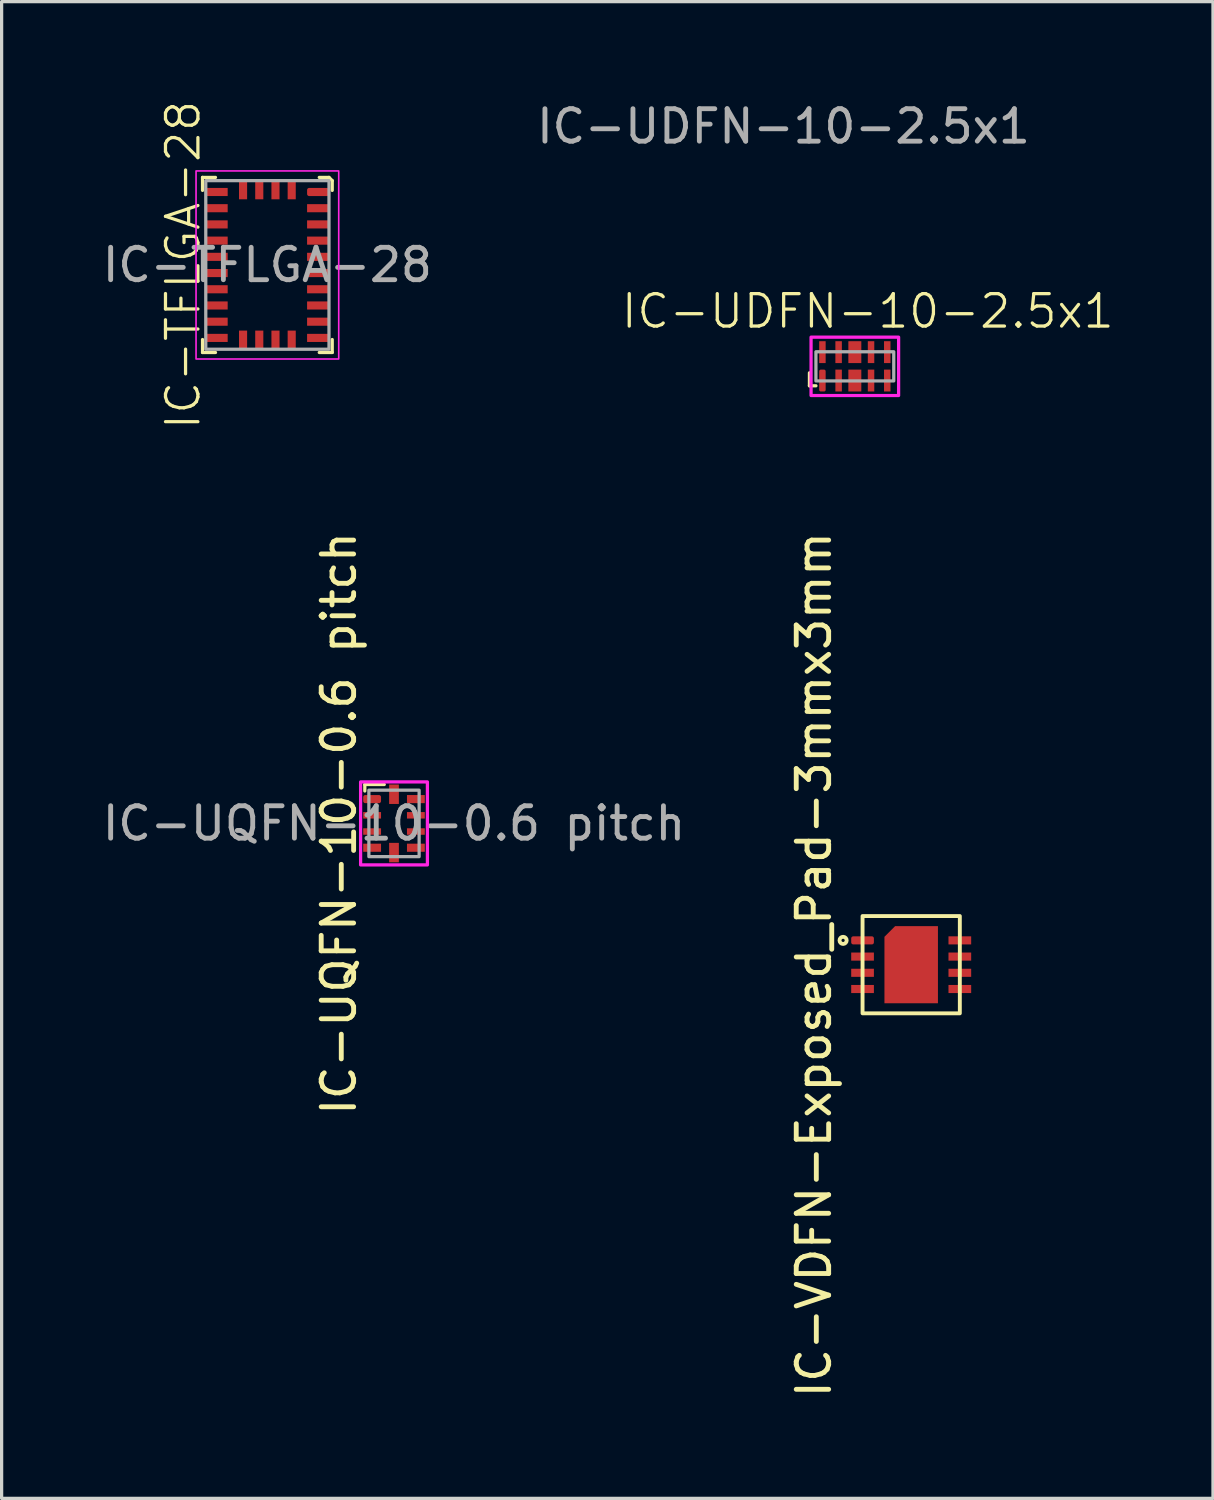
<source format=kicad_pcb>
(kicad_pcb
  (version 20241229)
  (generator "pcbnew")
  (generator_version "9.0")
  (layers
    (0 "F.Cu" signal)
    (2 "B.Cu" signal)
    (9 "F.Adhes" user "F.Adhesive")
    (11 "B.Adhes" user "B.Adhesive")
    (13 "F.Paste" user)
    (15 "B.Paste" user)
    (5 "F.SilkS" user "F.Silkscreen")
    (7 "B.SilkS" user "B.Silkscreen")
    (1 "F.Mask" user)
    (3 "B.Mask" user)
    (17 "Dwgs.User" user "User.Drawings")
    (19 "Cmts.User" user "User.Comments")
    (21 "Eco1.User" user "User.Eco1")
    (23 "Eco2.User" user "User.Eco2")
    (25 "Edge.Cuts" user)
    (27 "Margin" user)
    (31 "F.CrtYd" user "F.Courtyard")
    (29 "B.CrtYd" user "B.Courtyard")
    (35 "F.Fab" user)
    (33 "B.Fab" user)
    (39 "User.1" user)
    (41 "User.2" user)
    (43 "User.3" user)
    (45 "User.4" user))
  (footprint "IC-UQFN-10-0.6 pitch"
    (layer "F.Cu")
    (at 9.101 22.344)
    (property "Reference" "IC-UQFN-10-0.6 pitch" (at -1.7 0 90) (unlocked yes) (layer "F.SilkS") (effects (font (size 1 1) (thickness 0.15))))
    (attr through_hole)
    (fp_line (start -0.9 -1.2) (end -0.9 -1) (stroke (width 0.1) (type default)) (layer "F.SilkS"))
    (fp_line (start -0.3 -1.2) (end -0.9 -1.2) (stroke (width 0.1) (type default)) (layer "F.SilkS"))
    (fp_rect (start -1.03 -1.28) (end 1.03 1.28) (stroke (width 0.1) (type default)) (fill no) (layer "F.CrtYd"))
    (fp_rect (start -0.775 -1.025) (end 0.775 1.025) (stroke (width 0.1) (type default)) (fill no) (layer "F.Fab"))
    (fp_text user "${REFERENCE}" (at 0 0 0) (unlocked yes) (layer "F.Fab") (effects (font (size 1 1) (thickness 0.15))))
    (pad "1" smd roundrect (at -0.675 -0.75) (size 0.55 0.25) (layers "F.Cu" "F.Mask" "F.Paste") (roundrect_rratio 0.25))
    (pad "2" smd rect (at -0.675 -0.25) (size 0.55 0.2) (layers "F.Cu" "F.Mask" "F.Paste"))
    (pad "3" smd rect (at -0.675 0.25) (size 0.55 0.2) (layers "F.Cu" "F.Mask" "F.Paste"))
    (pad "4" smd rect (at -0.675 0.75) (size 0.55 0.25) (layers "F.Cu" "F.Mask" "F.Paste"))
    (pad "5" smd rect (at 0 0.9) (size 0.3 0.6) (layers "F.Cu" "F.Mask"))
    (pad "6" smd rect (at 0.675 0.75) (size 0.55 0.25) (layers "F.Cu" "F.Mask" "F.Paste"))
    (pad "7" smd rect (at 0.675 0.25) (size 0.55 0.2) (layers "F.Cu" "F.Mask" "F.Paste"))
    (pad "8" smd rect (at 0.675 -0.25) (size 0.55 0.2) (layers "F.Cu" "F.Mask" "F.Paste"))
    (pad "9" smd rect (at 0.675 -0.75) (size 0.55 0.25) (layers "F.Cu" "F.Mask" "F.Paste"))
    (pad "10" smd rect (at 0 -0.9) (size 0.3 0.6) (layers "F.Cu" "F.Mask")))
  (footprint "IC-VDFN-Exposed_Pad-3mmx3mm"
    (layer "F.Cu")
    (at 25.051 26.701)
    (property "Reference" "IC-VDFN-Exposed_Pad-3mmx3mm" (at -3 0 90) (unlocked yes) (layer "F.SilkS") (effects (font (size 1 1) (thickness 0.15))))
    (attr smd)
    (fp_rect (start -1.5 -1.5) (end 1.5 1.5) (stroke (width 0.12) (type solid)) (fill no) (layer "F.SilkS"))
    (fp_circle (center -2.1 -0.75) (end -2.05 -0.75) (stroke (width 0.12) (type solid)) (fill no) (layer "F.SilkS"))
    (pad "1" smd roundrect (at -1.5 -0.75 90) (size 0.25 0.7) (layers "F.Cu" "F.Mask" "F.Paste") (roundrect_rratio 0.25))
    (pad "2" smd rect (at -1.5 -0.25 90) (size 0.25 0.7) (layers "F.Cu" "F.Mask" "F.Paste"))
    (pad "3" smd rect (at -1.5 0.25 90) (size 0.25 0.7) (layers "F.Cu" "F.Mask" "F.Paste"))
    (pad "4" smd rect (at -1.5 0.75 90) (size 0.25 0.7) (layers "F.Cu" "F.Mask" "F.Paste"))
    (pad "5" smd rect (at 1.5 0.75 90) (size 0.25 0.7) (layers "F.Cu" "F.Mask" "F.Paste"))
    (pad "6" smd rect (at 1.5 0.25 90) (size 0.25 0.7) (layers "F.Cu" "F.Mask" "F.Paste"))
    (pad "7" smd rect (at 1.5 -0.25 90) (size 0.25 0.7) (layers "F.Cu" "F.Mask" "F.Paste"))
    (pad "8" smd rect (at 1.5 -0.75 90) (size 0.25 0.7) (layers "F.Cu" "F.Mask" "F.Paste"))
    (pad "PAD" smd roundrect (at 0 0) (size 1.65 2.38) (layers "F.Cu" "F.Mask" "F.Paste") (roundrect_rratio 0) (chamfer_ratio 0.2) (chamfer top_left)))
  (footprint "IC-UDFN-10-2.5x1"
    (layer "F.Cu")
    (at 23.313 8.248)
    (property "Reference" "IC-UDFN-10-2.5x1" (at 0.4 -1.7 0) (unlocked yes) (layer "F.SilkS") (effects (font (size 1 1) (thickness 0.1))))
    (attr smd)
    (fp_line (start -1.4 0.6) (end -1.4 0.2) (stroke (width 0.1) (type default)) (layer "F.SilkS"))
    (fp_line (start -1.2 0.6) (end -1.4 0.6) (stroke (width 0.1) (type default)) (layer "F.SilkS"))
    (fp_rect (start -1.35 -0.9) (end 1.35 0.9) (stroke (width 0.1) (type default)) (fill no) (layer "F.CrtYd"))
    (fp_rect (start -1.2 -0.45) (end 1.2 0.45) (stroke (width 0.1) (type default)) (fill no) (layer "F.Fab"))
    (fp_text user "${REFERENCE}" (at -2.2 -7.4 0) (unlocked yes) (layer "F.Fab") (effects (font (size 1 1) (thickness 0.15))))
    (pad "1" smd roundrect (at -1 0.438) (size 0.2 0.675) (layers "F.Cu" "F.Mask" "F.Paste") (roundrect_rratio 0.25))
    (pad "2" smd rect (at -0.5 0.438) (size 0.2 0.675) (layers "F.Cu" "F.Mask" "F.Paste"))
    (pad "3" smd rect (at 0 0.438) (size 0.4 0.675) (layers "F.Cu" "F.Mask" "F.Paste"))
    (pad "4" smd rect (at 0.5 0.438) (size 0.2 0.675) (layers "F.Cu" "F.Mask" "F.Paste"))
    (pad "5" smd rect (at 1 0.438) (size 0.2 0.675) (layers "F.Cu" "F.Mask" "F.Paste"))
    (pad "6" smd rect (at 1 -0.438) (size 0.2 0.675) (layers "F.Cu" "F.Mask" "F.Paste"))
    (pad "7" smd rect (at 0.5 -0.438) (size 0.2 0.675) (layers "F.Cu" "F.Mask" "F.Paste"))
    (pad "8" smd rect (at 0 -0.438) (size 0.4 0.675) (layers "F.Cu" "F.Mask" "F.Paste"))
    (pad "9" smd rect (at -0.5 -0.438) (size 0.2 0.675) (layers "F.Cu" "F.Mask" "F.Paste"))
    (pad "10" smd rect (at -1 -0.438) (size 0.2 0.675) (layers "F.Cu" "F.Mask" "F.Paste")))
  (footprint "IC-TFLGA-28"
    (layer "F.Cu")
    (at 5.196 5.121)
    (property "Reference" "IC-TFLGA-28" (at -2.6 0 90) (unlocked yes) (layer "F.SilkS") (effects (font (size 1 1) (thickness 0.1))))
    (attr smd)
    (fp_line (start -2 -2.7) (end -1.6 -2.7) (stroke (width 0.1) (type default)) (layer "F.SilkS"))
    (fp_line (start -2 -2.3) (end -2 -2.7) (stroke (width 0.1) (type default)) (layer "F.SilkS"))
    (fp_line (start -2 2.7) (end -2 2.3) (stroke (width 0.1) (type default)) (layer "F.SilkS"))
    (fp_line (start -1.6 2.7) (end -2 2.7) (stroke (width 0.1) (type default)) (layer "F.SilkS"))
    (fp_line (start 1.9 -2.7) (end 1.6 -2.7) (stroke (width 0.1) (type default)) (layer "F.SilkS"))
    (fp_line (start 1.9 -2.7) (end 2 -2.6) (stroke (width 0.1) (type default)) (layer "F.SilkS"))
    (fp_line (start 2 -2.6) (end 2 -2.3) (stroke (width 0.1) (type default)) (layer "F.SilkS"))
    (fp_line (start 2 2.3) (end 2 2.7) (stroke (width 0.1) (type default)) (layer "F.SilkS"))
    (fp_line (start 2 2.7) (end 1.6 2.7) (stroke (width 0.1) (type default)) (layer "F.SilkS"))
    (fp_rect (start -2.2 -2.9) (end 2.2 2.9) (stroke (width 0.05) (type default)) (fill no) (layer "F.CrtYd"))
    (fp_rect (start -1.9 -2.6) (end 1.9 2.6) (stroke (width 0.1) (type solid)) (fill no) (layer "F.Fab"))
    (fp_text user "${REFERENCE}" (at 0 0 0) (unlocked yes) (layer "F.Fab") (effects (font (size 1 1) (thickness 0.15))))
    (pad "1" smd roundrect (at 1.562 -2.25) (size 0.675 0.25) (layers "F.Cu" "F.Mask" "F.Paste") (roundrect_rratio 0.25))
    (pad "2" smd rect (at 0.75 -2.312) (size 0.25 0.575) (layers "F.Cu" "F.Mask" "F.Paste"))
    (pad "3" smd rect (at 0.25 -2.312) (size 0.25 0.575) (layers "F.Cu" "F.Mask" "F.Paste"))
    (pad "4" smd rect (at -0.25 -2.312) (size 0.25 0.575) (layers "F.Cu" "F.Mask" "F.Paste"))
    (pad "5" smd rect (at -0.75 -2.312) (size 0.25 0.575) (layers "F.Cu" "F.Mask" "F.Paste"))
    (pad "6" smd rect (at -1.562 -2.25) (size 0.675 0.25) (layers "F.Cu" "F.Mask" "F.Paste"))
    (pad "7" smd rect (at -1.562 -1.75) (size 0.675 0.25) (layers "F.Cu" "F.Mask" "F.Paste"))
    (pad "8" smd rect (at -1.562 -1.25) (size 0.675 0.25) (layers "F.Cu" "F.Mask" "F.Paste"))
    (pad "9" smd rect (at -1.562 -0.75) (size 0.675 0.25) (layers "F.Cu" "F.Mask" "F.Paste"))
    (pad "10" smd rect (at -1.562 -0.25) (size 0.675 0.25) (layers "F.Cu" "F.Mask" "F.Paste"))
    (pad "11" smd rect (at -1.562 0.25) (size 0.675 0.25) (layers "F.Cu" "F.Mask" "F.Paste"))
    (pad "12" smd rect (at -1.562 0.75) (size 0.675 0.25) (layers "F.Cu" "F.Mask" "F.Paste"))
    (pad "13" smd rect (at -1.562 1.25) (size 0.675 0.25) (layers "F.Cu" "F.Mask" "F.Paste"))
    (pad "14" smd rect (at -1.562 1.75) (size 0.675 0.25) (layers "F.Cu" "F.Mask" "F.Paste"))
    (pad "15" smd rect (at -1.562 2.25) (size 0.675 0.25) (layers "F.Cu" "F.Mask" "F.Paste"))
    (pad "16" smd rect (at -0.75 2.312) (size 0.25 0.575) (layers "F.Cu" "F.Mask" "F.Paste"))
    (pad "17" smd rect (at -0.25 2.312) (size 0.25 0.575) (layers "F.Cu" "F.Mask" "F.Paste"))
    (pad "18" smd rect (at 0.25 2.312) (size 0.25 0.575) (layers "F.Cu" "F.Mask" "F.Paste"))
    (pad "19" smd rect (at 0.75 2.312) (size 0.25 0.575) (layers "F.Cu" "F.Mask" "F.Paste"))
    (pad "20" smd rect (at 1.562 2.25) (size 0.675 0.25) (layers "F.Cu" "F.Mask" "F.Paste"))
    (pad "21" smd rect (at 1.562 1.75) (size 0.675 0.25) (layers "F.Cu" "F.Mask" "F.Paste"))
    (pad "22" smd rect (at 1.562 1.25) (size 0.675 0.25) (layers "F.Cu" "F.Mask" "F.Paste"))
    (pad "23" smd rect (at 1.562 0.75) (size 0.675 0.25) (layers "F.Cu" "F.Mask" "F.Paste"))
    (pad "24" smd rect (at 1.562 0.25) (size 0.675 0.25) (layers "F.Cu" "F.Mask" "F.Paste"))
    (pad "25" smd rect (at 1.562 -0.25) (size 0.675 0.25) (layers "F.Cu" "F.Mask" "F.Paste"))
    (pad "26" smd rect (at 1.562 -0.75) (size 0.675 0.25) (layers "F.Cu" "F.Mask" "F.Paste"))
    (pad "27" smd rect (at 1.562 -1.25) (size 0.675 0.25) (layers "F.Cu" "F.Mask" "F.Paste"))
    (pad "28" smd rect (at 1.562 -1.75) (size 0.675 0.25) (layers "F.Cu" "F.Mask" "F.Paste")))
  (gr_rect
    (start -3 -3)
    (end 34.358 43.16)
    (stroke (width 0.1) (type default))
    (fill no)
    (layer "Edge.Cuts")))
</source>
